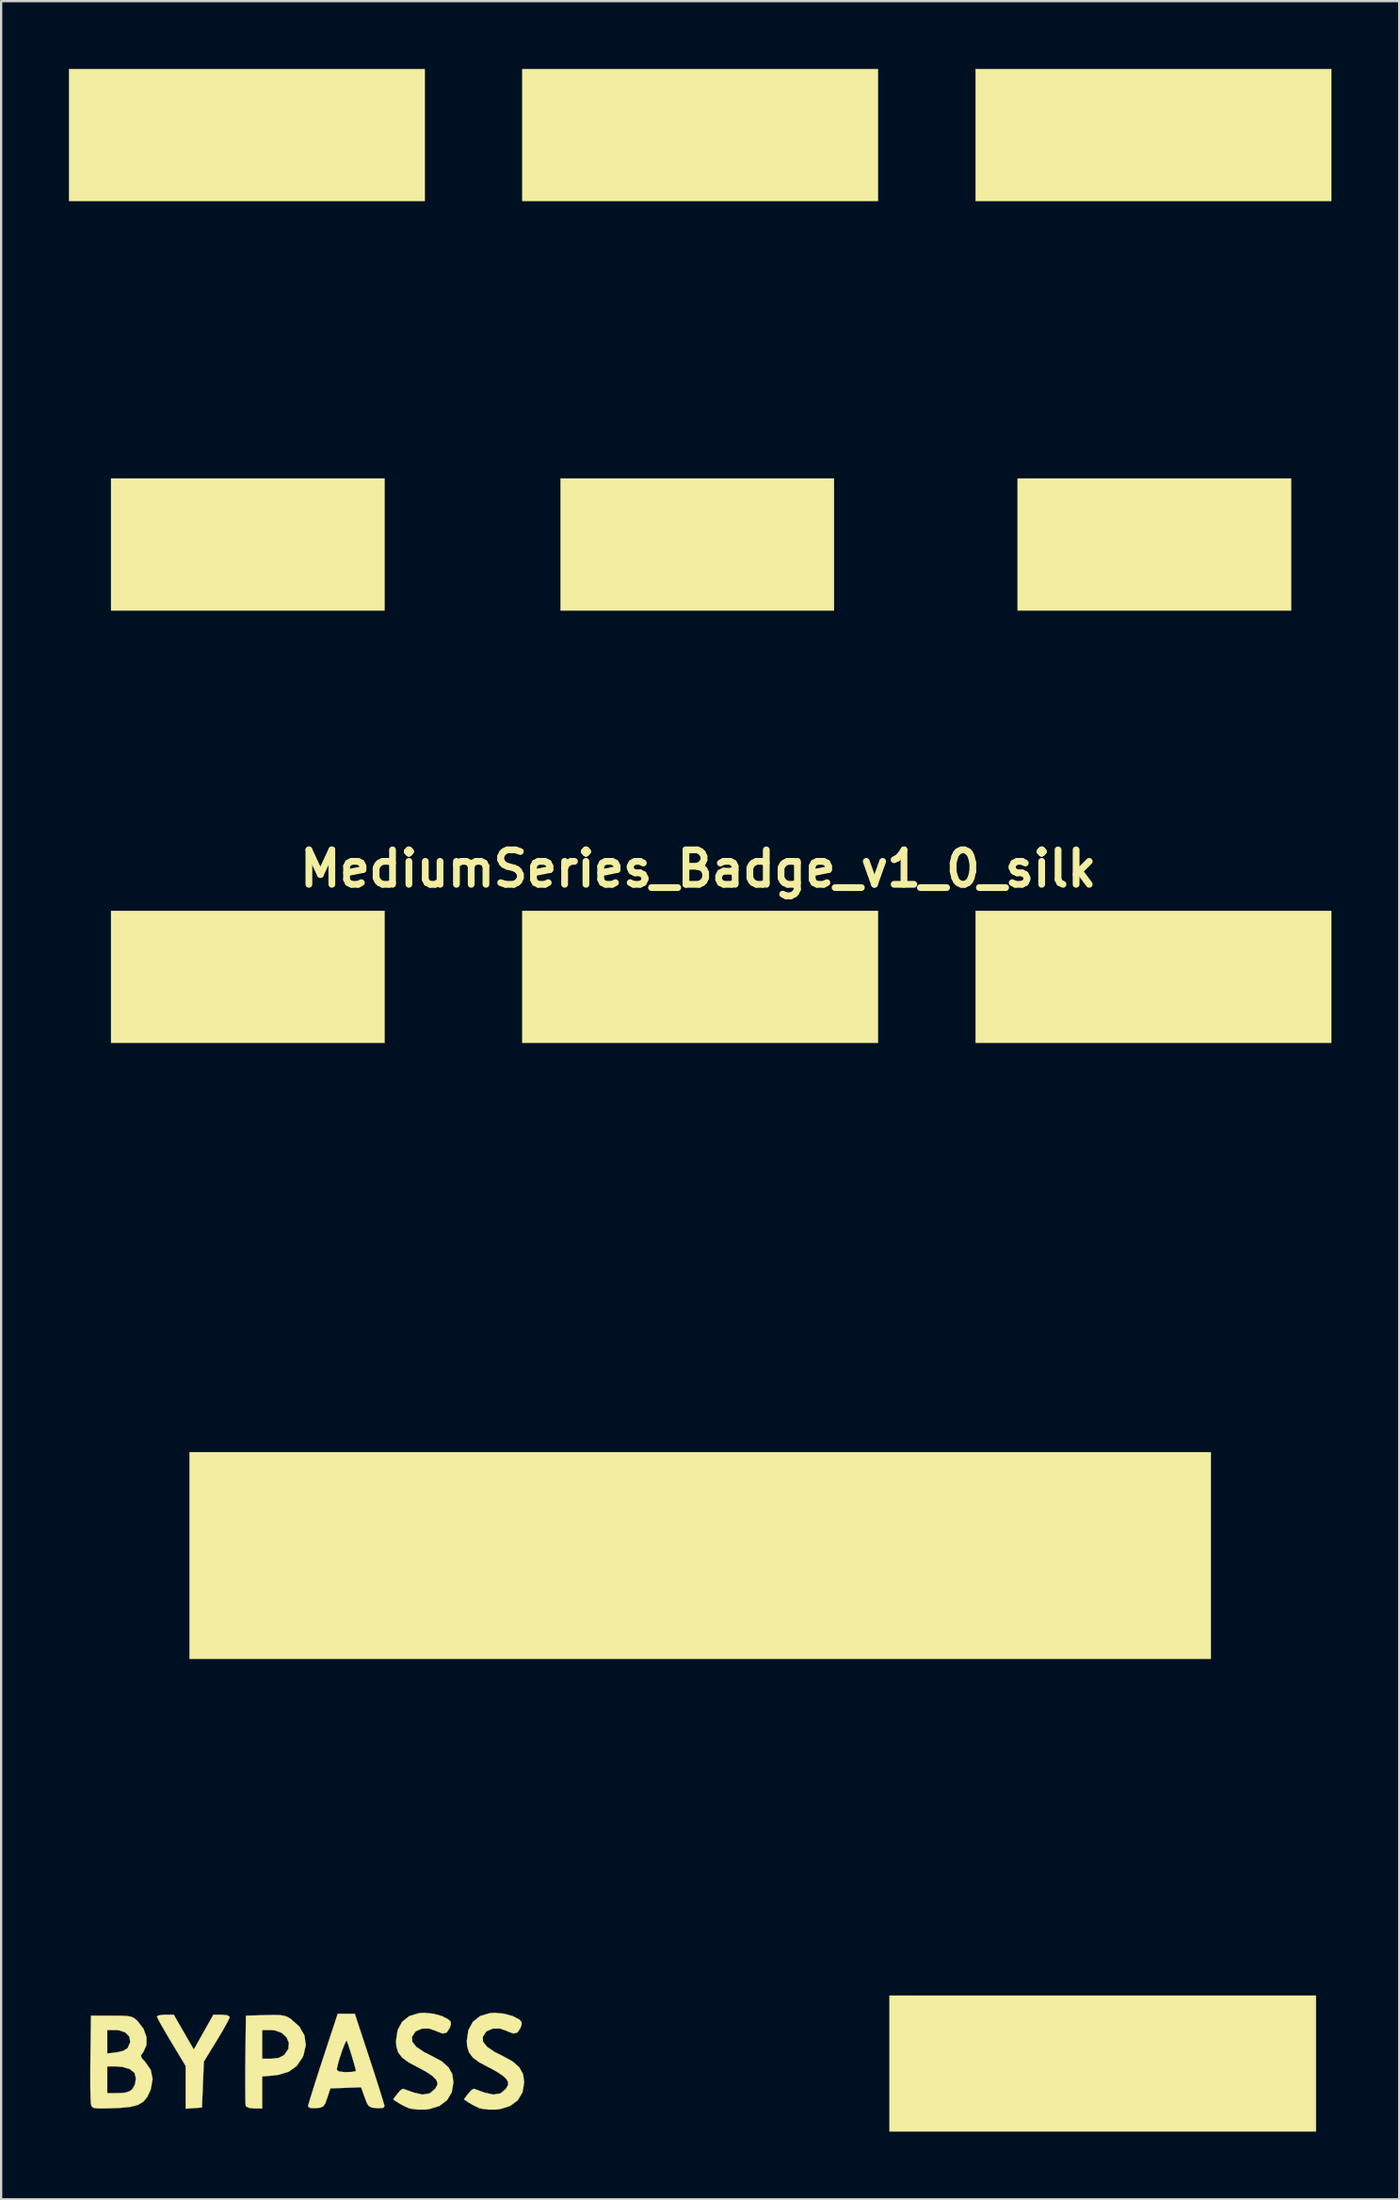
<source format=kicad_pcb>
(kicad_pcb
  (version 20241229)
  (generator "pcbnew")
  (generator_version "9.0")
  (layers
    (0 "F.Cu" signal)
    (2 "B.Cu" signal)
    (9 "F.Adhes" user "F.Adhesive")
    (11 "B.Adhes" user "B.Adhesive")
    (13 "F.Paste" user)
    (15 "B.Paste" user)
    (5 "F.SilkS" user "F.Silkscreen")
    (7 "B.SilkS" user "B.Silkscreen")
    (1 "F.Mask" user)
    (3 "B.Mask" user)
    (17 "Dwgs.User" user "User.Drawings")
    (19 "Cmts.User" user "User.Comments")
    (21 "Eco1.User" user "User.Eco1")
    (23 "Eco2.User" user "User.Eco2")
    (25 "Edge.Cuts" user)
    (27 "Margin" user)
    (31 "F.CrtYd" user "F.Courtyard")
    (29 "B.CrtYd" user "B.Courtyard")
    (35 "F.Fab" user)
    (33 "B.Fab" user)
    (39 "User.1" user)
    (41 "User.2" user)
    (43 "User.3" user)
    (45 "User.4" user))
  (footprint "MediumSeries_Badge_v1_0_silk"
    (layer "F.Cu")
    (at 27.86 35.396)
    (property "Reference" "MediumSeries_Badge_v1_0_silk" (at 0 0 0) (layer "F.SilkS") (effects (font (size 1.524 1.524) (thickness 0.3))))
    (attr through_hole)
    (fp_poly (pts (xy -13.885 -11.43) (xy -25.993 -11.43) (xy -25.993 -17.272) (xy -13.885 -17.272) (xy -13.885 -11.43)) (stroke (width 0.01) (type solid)) (fill yes) (layer "F.SilkS"))
    (fp_poly (pts (xy -13.885 7.705) (xy -25.993 7.705) (xy -25.993 1.863) (xy -13.885 1.863) (xy -13.885 7.705)) (stroke (width 0.01) (type solid)) (fill yes) (layer "F.SilkS"))
    (fp_poly (pts (xy -12.107 -29.549) (xy -27.855 -29.549) (xy -27.855 -35.391) (xy -12.107 -35.391) (xy -12.107 -29.549)) (stroke (width 0.01) (type solid)) (fill yes) (layer "F.SilkS"))
    (fp_poly (pts (xy 6.011 -11.43) (xy -6.096 -11.43) (xy -6.096 -17.272) (xy 6.011 -17.272) (xy 6.011 -11.43)) (stroke (width 0.01) (type solid)) (fill yes) (layer "F.SilkS"))
    (fp_poly (pts (xy 7.959 -29.549) (xy -7.789 -29.549) (xy -7.789 -35.391) (xy 7.959 -35.391) (xy 7.959 -29.549)) (stroke (width 0.01) (type solid)) (fill yes) (layer "F.SilkS"))
    (fp_poly (pts (xy 7.959 7.705) (xy -7.789 7.705) (xy -7.789 1.863) (xy 7.959 1.863) (xy 7.959 7.705)) (stroke (width 0.01) (type solid)) (fill yes) (layer "F.SilkS"))
    (fp_poly (pts (xy 22.691 34.967) (xy -22.521 34.967) (xy -22.521 25.823) (xy 22.691 25.823) (xy 22.691 34.967)) (stroke (width 0.01) (type solid)) (fill yes) (layer "F.SilkS"))
    (fp_poly (pts (xy 26.247 -11.43) (xy 14.139 -11.43) (xy 14.139 -17.272) (xy 26.247 -17.272) (xy 26.247 -11.43)) (stroke (width 0.01) (type solid)) (fill yes) (layer "F.SilkS"))
    (fp_poly (pts (xy 27.347 55.88) (xy 8.467 55.88) (xy 8.467 49.869) (xy 27.347 49.869) (xy 27.347 55.88)) (stroke (width 0.01) (type solid)) (fill yes) (layer "F.SilkS"))
    (fp_poly (pts (xy 28.025 -29.549) (xy 12.277 -29.549) (xy 12.277 -35.391) (xy 28.025 -35.391) (xy 28.025 -29.549)) (stroke (width 0.01) (type solid)) (fill yes) (layer "F.SilkS"))
    (fp_poly (pts (xy 28.025 7.705) (xy 12.277 7.705) (xy 12.277 1.863) (xy 28.025 1.863) (xy 28.025 7.705)) (stroke (width 0.01) (type solid)) (fill yes) (layer "F.SilkS"))
    (fp_poly (pts (xy -22.775 51.485) (xy -22.331 52.255) (xy -21.463 50.716) (xy -21.103 50.716) (xy -20.851 50.739) (xy -20.746 50.806) (xy -20.743 50.821) (xy -20.786 50.93) (xy -20.901 51.151) (xy -21.073 51.454) (xy -21.284 51.808) (xy -21.315 51.858) (xy -21.886 52.79) (xy -21.971 54.822) (xy -22.331 54.848) (xy -22.691 54.874) (xy -22.691 52.983) (xy -23.326 51.929) (xy -23.551 51.55) (xy -23.742 51.219) (xy -23.881 50.967) (xy -23.954 50.819) (xy -23.961 50.795) (xy -23.885 50.747) (xy -23.695 50.719) (xy -23.59 50.715) (xy -23.22 50.715) (xy -22.775 51.485)) (stroke (width 0.01) (type solid)) (fill yes) (layer "F.SilkS"))
    (fp_poly (pts (xy -18.5 50.735) (xy -18.31 50.766) (xy -18.162 50.826) (xy -18.037 50.903) (xy -17.656 51.243) (xy -17.434 51.631) (xy -17.372 52.057) (xy -17.476 52.508) (xy -17.522 52.611) (xy -17.775 52.984) (xy -18.125 53.235) (xy -18.589 53.376) (xy -18.798 53.402) (xy -19.304 53.448) (xy -19.304 54.864) (xy -19.645 54.864) (xy -19.882 54.839) (xy -20.018 54.774) (xy -20.028 54.756) (xy -20.039 54.644) (xy -20.047 54.387) (xy -20.051 54.013) (xy -20.052 53.545) (xy -20.05 53.009) (xy -20.046 52.703) (xy -20.031 51.393) (xy -19.304 51.393) (xy -19.304 52.663) (xy -18.907 52.663) (xy -18.586 52.63) (xy -18.361 52.519) (xy -18.315 52.479) (xy -18.145 52.228) (xy -18.12 51.963) (xy -18.223 51.717) (xy -18.435 51.521) (xy -18.739 51.408) (xy -18.919 51.393) (xy -19.304 51.393) (xy -20.031 51.393) (xy -20.024 50.758) (xy -19.172 50.734) (xy -18.773 50.726) (xy -18.5 50.735)) (stroke (width 0.01) (type solid)) (fill yes) (layer "F.SilkS"))
    (fp_poly (pts (xy -14.549 52.663) (xy -14.368 53.217) (xy -14.206 53.72) (xy -14.069 54.15) (xy -13.967 54.483) (xy -13.905 54.696) (xy -13.89 54.763) (xy -13.947 54.835) (xy -14.14 54.853) (xy -14.245 54.848) (xy -14.452 54.824) (xy -14.578 54.764) (xy -14.667 54.627) (xy -14.764 54.374) (xy -14.925 53.926) (xy -16.284 53.975) (xy -16.425 54.398) (xy -16.515 54.646) (xy -16.604 54.775) (xy -16.739 54.829) (xy -16.919 54.848) (xy -17.164 54.846) (xy -17.265 54.791) (xy -17.271 54.763) (xy -17.245 54.655) (xy -17.173 54.409) (xy -17.061 54.049) (xy -16.919 53.599) (xy -16.774 53.15) (xy -16 53.15) (xy -15.921 53.222) (xy -15.678 53.254) (xy -15.579 53.255) (xy -15.337 53.246) (xy -15.184 53.221) (xy -15.155 53.201) (xy -15.179 53.087) (xy -15.24 52.864) (xy -15.323 52.581) (xy -15.413 52.289) (xy -15.494 52.04) (xy -15.55 51.885) (xy -15.561 51.862) (xy -15.602 51.902) (xy -15.675 52.063) (xy -15.765 52.301) (xy -15.856 52.573) (xy -15.935 52.838) (xy -15.988 53.053) (xy -16 53.15) (xy -16.774 53.15) (xy -16.751 53.08) (xy -16.615 52.663) (xy -15.96 50.673) (xy -15.204 50.673) (xy -14.549 52.663)) (stroke (width 0.01) (type solid)) (fill yes) (layer "F.SilkS"))
    (fp_poly (pts (xy -11.729 50.671) (xy -11.347 50.776) (xy -11.059 50.925) (xy -11.059 50.925) (xy -10.956 51.031) (xy -10.952 51.159) (xy -11.005 51.305) (xy -11.133 51.5) (xy -11.308 51.549) (xy -11.559 51.458) (xy -11.599 51.435) (xy -11.912 51.327) (xy -12.231 51.33) (xy -12.492 51.443) (xy -12.531 51.477) (xy -12.673 51.696) (xy -12.657 51.914) (xy -12.481 52.137) (xy -12.141 52.367) (xy -11.804 52.536) (xy -11.353 52.781) (xy -11.054 53.045) (xy -10.888 53.348) (xy -10.838 53.704) (xy -10.911 54.147) (xy -11.122 54.5) (xy -11.459 54.753) (xy -11.911 54.893) (xy -12.09 54.913) (xy -12.413 54.913) (xy -12.708 54.877) (xy -12.836 54.842) (xy -13.092 54.721) (xy -13.301 54.598) (xy -13.504 54.459) (xy -13.321 54.217) (xy -13.183 54.062) (xy -13.078 53.994) (xy -13.067 53.994) (xy -12.951 54.033) (xy -12.738 54.11) (xy -12.613 54.156) (xy -12.207 54.25) (xy -11.886 54.197) (xy -11.65 53.999) (xy -11.633 53.974) (xy -11.544 53.807) (xy -11.56 53.676) (xy -11.629 53.559) (xy -11.767 53.426) (xy -12.014 53.259) (xy -12.32 53.088) (xy -12.395 53.051) (xy -12.823 52.824) (xy -13.111 52.61) (xy -13.283 52.381) (xy -13.363 52.108) (xy -13.377 51.868) (xy -13.307 51.396) (xy -13.107 51.028) (xy -12.787 50.774) (xy -12.358 50.645) (xy -12.131 50.631) (xy -11.729 50.671)) (stroke (width 0.01) (type solid)) (fill yes) (layer "F.SilkS"))
    (fp_poly (pts (xy -8.596 50.671) (xy -8.214 50.776) (xy -7.926 50.925) (xy -7.926 50.925) (xy -7.823 51.031) (xy -7.82 51.159) (xy -7.873 51.305) (xy -8 51.5) (xy -8.176 51.549) (xy -8.426 51.458) (xy -8.467 51.435) (xy -8.78 51.327) (xy -9.098 51.33) (xy -9.359 51.443) (xy -9.398 51.477) (xy -9.54 51.696) (xy -9.525 51.914) (xy -9.348 52.137) (xy -9.008 52.367) (xy -8.671 52.536) (xy -8.22 52.781) (xy -7.921 53.045) (xy -7.755 53.348) (xy -7.705 53.704) (xy -7.778 54.147) (xy -7.989 54.5) (xy -8.327 54.753) (xy -8.778 54.893) (xy -8.957 54.913) (xy -9.28 54.913) (xy -9.576 54.877) (xy -9.703 54.842) (xy -9.959 54.721) (xy -10.169 54.598) (xy -10.372 54.459) (xy -10.189 54.217) (xy -10.05 54.062) (xy -9.946 53.994) (xy -9.935 53.994) (xy -9.819 54.033) (xy -9.605 54.11) (xy -9.48 54.156) (xy -9.074 54.25) (xy -8.754 54.197) (xy -8.517 53.999) (xy -8.5 53.974) (xy -8.411 53.807) (xy -8.428 53.676) (xy -8.496 53.559) (xy -8.635 53.426) (xy -8.881 53.259) (xy -9.187 53.088) (xy -9.262 53.051) (xy -9.69 52.824) (xy -9.978 52.61) (xy -10.15 52.381) (xy -10.23 52.108) (xy -10.244 51.868) (xy -10.175 51.396) (xy -9.974 51.028) (xy -9.654 50.774) (xy -9.225 50.645) (xy -8.999 50.631) (xy -8.596 50.671)) (stroke (width 0.01) (type solid)) (fill yes) (layer "F.SilkS"))
    (fp_poly (pts (xy -25.574 50.76) (xy -25.301 50.771) (xy -25.121 50.8) (xy -24.993 50.854) (xy -24.88 50.943) (xy -24.815 51.004) (xy -24.558 51.337) (xy -24.427 51.7) (xy -24.427 52.057) (xy -24.564 52.368) (xy -24.606 52.42) (xy -24.671 52.521) (xy -24.644 52.624) (xy -24.507 52.781) (xy -24.479 52.809) (xy -24.237 53.159) (xy -24.155 53.561) (xy -24.234 54.007) (xy -24.253 54.062) (xy -24.391 54.356) (xy -24.565 54.566) (xy -24.805 54.707) (xy -25.139 54.793) (xy -25.598 54.838) (xy -25.883 54.85) (xy -26.295 54.861) (xy -26.568 54.861) (xy -26.733 54.845) (xy -26.821 54.808) (xy -26.863 54.745) (xy -26.881 54.681) (xy -26.894 54.54) (xy -26.904 54.258) (xy -26.91 53.862) (xy -26.911 53.379) (xy -26.909 53.001) (xy -26.162 53.001) (xy -26.162 54.187) (xy -25.696 54.187) (xy -25.376 54.167) (xy -25.167 54.099) (xy -25.061 54.017) (xy -24.935 53.8) (xy -24.893 53.534) (xy -24.948 53.304) (xy -24.957 53.289) (xy -25.161 53.123) (xy -25.488 53.024) (xy -25.775 53.001) (xy -26.162 53.001) (xy -26.909 53.001) (xy -26.908 52.839) (xy -26.906 52.62) (xy -26.89 51.393) (xy -26.162 51.393) (xy -26.162 52.431) (xy -25.765 52.386) (xy -25.462 52.319) (xy -25.272 52.207) (xy -25.257 52.189) (xy -25.144 51.927) (xy -25.182 51.69) (xy -25.351 51.507) (xy -25.634 51.405) (xy -25.794 51.393) (xy -26.162 51.393) (xy -26.89 51.393) (xy -26.882 50.758) (xy -25.977 50.758) (xy -25.574 50.76)) (stroke (width 0.01) (type solid)) (fill yes) (layer "F.SilkS")))
  (gr_rect
    (start -3 -3)
    (end 58.89 94.281)
    (stroke (width 0.1) (type default))
    (fill no)
    (layer "Edge.Cuts")))
</source>
